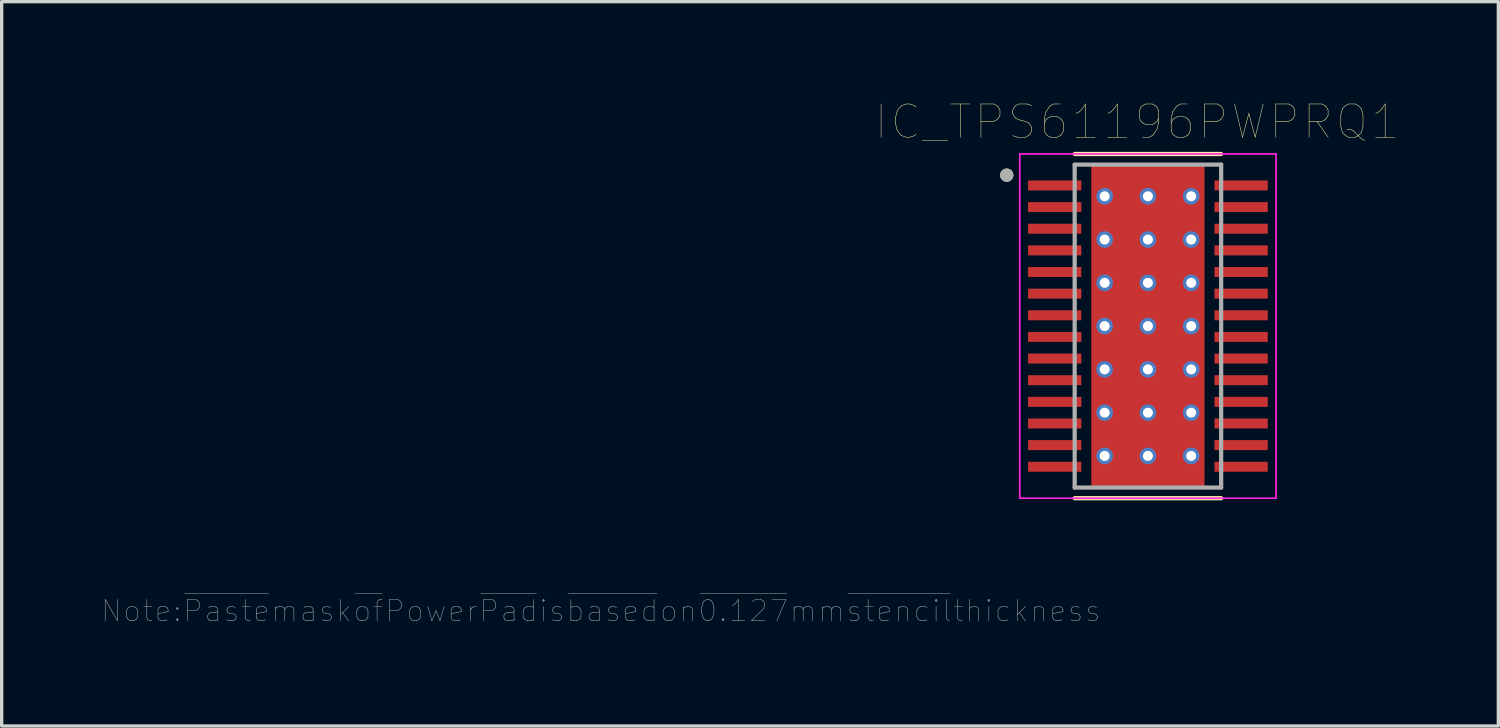
<source format=kicad_pcb>
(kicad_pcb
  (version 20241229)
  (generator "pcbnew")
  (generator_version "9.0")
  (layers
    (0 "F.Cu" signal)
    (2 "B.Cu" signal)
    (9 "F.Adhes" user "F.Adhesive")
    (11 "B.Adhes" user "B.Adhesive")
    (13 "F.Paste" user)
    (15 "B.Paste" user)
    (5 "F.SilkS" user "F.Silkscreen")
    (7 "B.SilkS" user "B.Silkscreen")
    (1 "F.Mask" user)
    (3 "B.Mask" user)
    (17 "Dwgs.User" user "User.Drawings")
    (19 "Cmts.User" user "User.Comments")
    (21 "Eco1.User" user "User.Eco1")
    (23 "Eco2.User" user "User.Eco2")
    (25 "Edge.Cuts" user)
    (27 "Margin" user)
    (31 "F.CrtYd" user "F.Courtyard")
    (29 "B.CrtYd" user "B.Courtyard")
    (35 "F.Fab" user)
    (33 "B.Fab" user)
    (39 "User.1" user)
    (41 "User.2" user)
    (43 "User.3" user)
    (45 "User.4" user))
  (footprint "IC_TPS61196PWPRQ1"
    (layer "F.Cu")
    (at 31.433 6.746)
    (property "Reference" "IC_TPS61196PWPRQ1" (at -0.325 -6.135 0) (layer "F.SilkS") (effects (font (size 1 1) (thickness 0.015))))
    (attr through_hole)
    (fp_poly (pts (xy -3.67 -4.445) (xy -1.93 -4.445) (xy -1.93 -4.005) (xy -3.67 -4.005)) (stroke (width 0.01) (type solid)) (fill yes) (layer "F.Mask"))
    (fp_poly (pts (xy -3.67 -3.795) (xy -1.93 -3.795) (xy -1.93 -3.355) (xy -3.67 -3.355)) (stroke (width 0.01) (type solid)) (fill yes) (layer "F.Mask"))
    (fp_poly (pts (xy -3.67 -3.145) (xy -1.93 -3.145) (xy -1.93 -2.705) (xy -3.67 -2.705)) (stroke (width 0.01) (type solid)) (fill yes) (layer "F.Mask"))
    (fp_poly (pts (xy -3.67 -2.495) (xy -1.93 -2.495) (xy -1.93 -2.055) (xy -3.67 -2.055)) (stroke (width 0.01) (type solid)) (fill yes) (layer "F.Mask"))
    (fp_poly (pts (xy -3.67 -1.845) (xy -1.93 -1.845) (xy -1.93 -1.405) (xy -3.67 -1.405)) (stroke (width 0.01) (type solid)) (fill yes) (layer "F.Mask"))
    (fp_poly (pts (xy -3.67 -1.195) (xy -1.93 -1.195) (xy -1.93 -0.755) (xy -3.67 -0.755)) (stroke (width 0.01) (type solid)) (fill yes) (layer "F.Mask"))
    (fp_poly (pts (xy -3.67 -0.545) (xy -1.93 -0.545) (xy -1.93 -0.105) (xy -3.67 -0.105)) (stroke (width 0.01) (type solid)) (fill yes) (layer "F.Mask"))
    (fp_poly (pts (xy -3.67 0.105) (xy -1.93 0.105) (xy -1.93 0.545) (xy -3.67 0.545)) (stroke (width 0.01) (type solid)) (fill yes) (layer "F.Mask"))
    (fp_poly (pts (xy -3.67 0.755) (xy -1.93 0.755) (xy -1.93 1.195) (xy -3.67 1.195)) (stroke (width 0.01) (type solid)) (fill yes) (layer "F.Mask"))
    (fp_poly (pts (xy -3.67 1.405) (xy -1.93 1.405) (xy -1.93 1.845) (xy -3.67 1.845)) (stroke (width 0.01) (type solid)) (fill yes) (layer "F.Mask"))
    (fp_poly (pts (xy -3.67 2.055) (xy -1.93 2.055) (xy -1.93 2.495) (xy -3.67 2.495)) (stroke (width 0.01) (type solid)) (fill yes) (layer "F.Mask"))
    (fp_poly (pts (xy -3.67 2.705) (xy -1.93 2.705) (xy -1.93 3.145) (xy -3.67 3.145)) (stroke (width 0.01) (type solid)) (fill yes) (layer "F.Mask"))
    (fp_poly (pts (xy -3.67 3.355) (xy -1.93 3.355) (xy -1.93 3.795) (xy -3.67 3.795)) (stroke (width 0.01) (type solid)) (fill yes) (layer "F.Mask"))
    (fp_poly (pts (xy -3.67 4.005) (xy -1.93 4.005) (xy -1.93 4.445) (xy -3.67 4.445)) (stroke (width 0.01) (type solid)) (fill yes) (layer "F.Mask"))
    (fp_poly (pts (xy -1.2 -3.23) (xy 1.2 -3.23) (xy 1.2 3.23) (xy -1.2 3.23)) (stroke (width 0.01) (type solid)) (fill yes) (layer "F.Mask"))
    (fp_poly (pts (xy 1.93 -4.445) (xy 3.67 -4.445) (xy 3.67 -4.005) (xy 1.93 -4.005)) (stroke (width 0.01) (type solid)) (fill yes) (layer "F.Mask"))
    (fp_poly (pts (xy 1.93 -3.795) (xy 3.67 -3.795) (xy 3.67 -3.355) (xy 1.93 -3.355)) (stroke (width 0.01) (type solid)) (fill yes) (layer "F.Mask"))
    (fp_poly (pts (xy 1.93 -3.145) (xy 3.67 -3.145) (xy 3.67 -2.705) (xy 1.93 -2.705)) (stroke (width 0.01) (type solid)) (fill yes) (layer "F.Mask"))
    (fp_poly (pts (xy 1.93 -2.495) (xy 3.67 -2.495) (xy 3.67 -2.055) (xy 1.93 -2.055)) (stroke (width 0.01) (type solid)) (fill yes) (layer "F.Mask"))
    (fp_poly (pts (xy 1.93 -1.845) (xy 3.67 -1.845) (xy 3.67 -1.405) (xy 1.93 -1.405)) (stroke (width 0.01) (type solid)) (fill yes) (layer "F.Mask"))
    (fp_poly (pts (xy 1.93 -1.195) (xy 3.67 -1.195) (xy 3.67 -0.755) (xy 1.93 -0.755)) (stroke (width 0.01) (type solid)) (fill yes) (layer "F.Mask"))
    (fp_poly (pts (xy 1.93 -0.545) (xy 3.67 -0.545) (xy 3.67 -0.105) (xy 1.93 -0.105)) (stroke (width 0.01) (type solid)) (fill yes) (layer "F.Mask"))
    (fp_poly (pts (xy 1.93 0.105) (xy 3.67 0.105) (xy 3.67 0.545) (xy 1.93 0.545)) (stroke (width 0.01) (type solid)) (fill yes) (layer "F.Mask"))
    (fp_poly (pts (xy 1.93 0.755) (xy 3.67 0.755) (xy 3.67 1.195) (xy 1.93 1.195)) (stroke (width 0.01) (type solid)) (fill yes) (layer "F.Mask"))
    (fp_poly (pts (xy 1.93 1.405) (xy 3.67 1.405) (xy 3.67 1.845) (xy 1.93 1.845)) (stroke (width 0.01) (type solid)) (fill yes) (layer "F.Mask"))
    (fp_poly (pts (xy 1.93 2.055) (xy 3.67 2.055) (xy 3.67 2.495) (xy 1.93 2.495)) (stroke (width 0.01) (type solid)) (fill yes) (layer "F.Mask"))
    (fp_poly (pts (xy 1.93 2.705) (xy 3.67 2.705) (xy 3.67 3.145) (xy 1.93 3.145)) (stroke (width 0.01) (type solid)) (fill yes) (layer "F.Mask"))
    (fp_poly (pts (xy 1.93 3.355) (xy 3.67 3.355) (xy 3.67 3.795) (xy 1.93 3.795)) (stroke (width 0.01) (type solid)) (fill yes) (layer "F.Mask"))
    (fp_poly (pts (xy 1.93 4.005) (xy 3.67 4.005) (xy 3.67 4.445) (xy 1.93 4.445)) (stroke (width 0.01) (type solid)) (fill yes) (layer "F.Mask"))
    (fp_line (start -2.2 -5.17) (end 2.2 -5.17) (stroke (width 0.127) (type solid)) (layer "F.SilkS"))
    (fp_line (start -2.2 5.17) (end 2.2 5.17) (stroke (width 0.127) (type solid)) (layer "F.SilkS"))
    (fp_circle (center -4.24 -4.535) (end -4.14 -4.535) (stroke (width 0.2) (type solid)) (fill no) (layer "F.SilkS"))
    (fp_poly (pts (xy -3.575 -4.35) (xy -2.025 -4.35) (xy -2.025 -4.1) (xy -3.575 -4.1)) (stroke (width 0.01) (type solid)) (fill yes) (layer "F.Paste"))
    (fp_poly (pts (xy -3.575 -3.7) (xy -2.025 -3.7) (xy -2.025 -3.45) (xy -3.575 -3.45)) (stroke (width 0.01) (type solid)) (fill yes) (layer "F.Paste"))
    (fp_poly (pts (xy -3.575 -3.05) (xy -2.025 -3.05) (xy -2.025 -2.8) (xy -3.575 -2.8)) (stroke (width 0.01) (type solid)) (fill yes) (layer "F.Paste"))
    (fp_poly (pts (xy -3.575 -2.4) (xy -2.025 -2.4) (xy -2.025 -2.15) (xy -3.575 -2.15)) (stroke (width 0.01) (type solid)) (fill yes) (layer "F.Paste"))
    (fp_poly (pts (xy -3.575 -1.75) (xy -2.025 -1.75) (xy -2.025 -1.5) (xy -3.575 -1.5)) (stroke (width 0.01) (type solid)) (fill yes) (layer "F.Paste"))
    (fp_poly (pts (xy -3.575 -1.1) (xy -2.025 -1.1) (xy -2.025 -0.85) (xy -3.575 -0.85)) (stroke (width 0.01) (type solid)) (fill yes) (layer "F.Paste"))
    (fp_poly (pts (xy -3.575 -0.45) (xy -2.025 -0.45) (xy -2.025 -0.2) (xy -3.575 -0.2)) (stroke (width 0.01) (type solid)) (fill yes) (layer "F.Paste"))
    (fp_poly (pts (xy -3.575 0.2) (xy -2.025 0.2) (xy -2.025 0.45) (xy -3.575 0.45)) (stroke (width 0.01) (type solid)) (fill yes) (layer "F.Paste"))
    (fp_poly (pts (xy -3.575 0.85) (xy -2.025 0.85) (xy -2.025 1.1) (xy -3.575 1.1)) (stroke (width 0.01) (type solid)) (fill yes) (layer "F.Paste"))
    (fp_poly (pts (xy -3.575 1.5) (xy -2.025 1.5) (xy -2.025 1.75) (xy -3.575 1.75)) (stroke (width 0.01) (type solid)) (fill yes) (layer "F.Paste"))
    (fp_poly (pts (xy -3.575 2.15) (xy -2.025 2.15) (xy -2.025 2.4) (xy -3.575 2.4)) (stroke (width 0.01) (type solid)) (fill yes) (layer "F.Paste"))
    (fp_poly (pts (xy -3.575 2.8) (xy -2.025 2.8) (xy -2.025 3.05) (xy -3.575 3.05)) (stroke (width 0.01) (type solid)) (fill yes) (layer "F.Paste"))
    (fp_poly (pts (xy -3.575 3.45) (xy -2.025 3.45) (xy -2.025 3.7) (xy -3.575 3.7)) (stroke (width 0.01) (type solid)) (fill yes) (layer "F.Paste"))
    (fp_poly (pts (xy -3.575 4.1) (xy -2.025 4.1) (xy -2.025 4.35) (xy -3.575 4.35)) (stroke (width 0.01) (type solid)) (fill yes) (layer "F.Paste"))
    (fp_poly (pts (xy -1.2 -3.23) (xy 1.2 -3.23) (xy 1.2 3.23) (xy -1.2 3.23)) (stroke (width 0.01) (type solid)) (fill yes) (layer "F.Paste"))
    (fp_poly (pts (xy 2.025 -4.35) (xy 3.575 -4.35) (xy 3.575 -4.1) (xy 2.025 -4.1)) (stroke (width 0.01) (type solid)) (fill yes) (layer "F.Paste"))
    (fp_poly (pts (xy 2.025 -3.7) (xy 3.575 -3.7) (xy 3.575 -3.45) (xy 2.025 -3.45)) (stroke (width 0.01) (type solid)) (fill yes) (layer "F.Paste"))
    (fp_poly (pts (xy 2.025 -3.05) (xy 3.575 -3.05) (xy 3.575 -2.8) (xy 2.025 -2.8)) (stroke (width 0.01) (type solid)) (fill yes) (layer "F.Paste"))
    (fp_poly (pts (xy 2.025 -2.4) (xy 3.575 -2.4) (xy 3.575 -2.15) (xy 2.025 -2.15)) (stroke (width 0.01) (type solid)) (fill yes) (layer "F.Paste"))
    (fp_poly (pts (xy 2.025 -1.75) (xy 3.575 -1.75) (xy 3.575 -1.5) (xy 2.025 -1.5)) (stroke (width 0.01) (type solid)) (fill yes) (layer "F.Paste"))
    (fp_poly (pts (xy 2.025 -1.1) (xy 3.575 -1.1) (xy 3.575 -0.85) (xy 2.025 -0.85)) (stroke (width 0.01) (type solid)) (fill yes) (layer "F.Paste"))
    (fp_poly (pts (xy 2.025 -0.45) (xy 3.575 -0.45) (xy 3.575 -0.2) (xy 2.025 -0.2)) (stroke (width 0.01) (type solid)) (fill yes) (layer "F.Paste"))
    (fp_poly (pts (xy 2.025 0.2) (xy 3.575 0.2) (xy 3.575 0.45) (xy 2.025 0.45)) (stroke (width 0.01) (type solid)) (fill yes) (layer "F.Paste"))
    (fp_poly (pts (xy 2.025 0.85) (xy 3.575 0.85) (xy 3.575 1.1) (xy 2.025 1.1)) (stroke (width 0.01) (type solid)) (fill yes) (layer "F.Paste"))
    (fp_poly (pts (xy 2.025 1.5) (xy 3.575 1.5) (xy 3.575 1.75) (xy 2.025 1.75)) (stroke (width 0.01) (type solid)) (fill yes) (layer "F.Paste"))
    (fp_poly (pts (xy 2.025 2.15) (xy 3.575 2.15) (xy 3.575 2.4) (xy 2.025 2.4)) (stroke (width 0.01) (type solid)) (fill yes) (layer "F.Paste"))
    (fp_poly (pts (xy 2.025 2.8) (xy 3.575 2.8) (xy 3.575 3.05) (xy 2.025 3.05)) (stroke (width 0.01) (type solid)) (fill yes) (layer "F.Paste"))
    (fp_poly (pts (xy 2.025 3.45) (xy 3.575 3.45) (xy 3.575 3.7) (xy 2.025 3.7)) (stroke (width 0.01) (type solid)) (fill yes) (layer "F.Paste"))
    (fp_poly (pts (xy 2.025 4.1) (xy 3.575 4.1) (xy 3.575 4.35) (xy 2.025 4.35)) (stroke (width 0.01) (type solid)) (fill yes) (layer "F.Paste"))
    (fp_line (start -3.85 -5.17) (end -3.85 5.17) (stroke (width 0.05) (type solid)) (layer "F.CrtYd"))
    (fp_line (start -3.85 -5.17) (end 3.85 -5.17) (stroke (width 0.05) (type solid)) (layer "F.CrtYd"))
    (fp_line (start -3.85 5.17) (end 3.85 5.17) (stroke (width 0.05) (type solid)) (layer "F.CrtYd"))
    (fp_line (start 3.85 -5.17) (end 3.85 5.17) (stroke (width 0.05) (type solid)) (layer "F.CrtYd"))
    (fp_line (start -2.2 -4.85) (end -2.2 4.85) (stroke (width 0.127) (type solid)) (layer "F.Fab"))
    (fp_line (start -2.2 -4.85) (end 2.2 -4.85) (stroke (width 0.127) (type solid)) (layer "F.Fab"))
    (fp_line (start -2.2 4.85) (end 2.2 4.85) (stroke (width 0.127) (type solid)) (layer "F.Fab"))
    (fp_line (start 2.2 -4.85) (end 2.2 4.85) (stroke (width 0.127) (type solid)) (layer "F.Fab"))
    (fp_circle (center -4.24 -4.535) (end -4.14 -4.535) (stroke (width 0.2) (type solid)) (fill no) (layer "F.Fab"))
    (fp_text user "Note:~{Paste}mask~{of}Power~{Pad}is~{based}on~{0.127}mm~{stencil}thickness" (at -16.435 8.555 0) (layer "F.Fab") (effects (font (size 0.64 0.64) (thickness 0.015))))
    (pad "1" smd rect (at -2.8 -4.225) (size 1.6 0.3) (layers "F.Cu"))
    (pad "2" smd rect (at -2.8 -3.575) (size 1.6 0.3) (layers "F.Cu"))
    (pad "3" smd rect (at -2.8 -2.925) (size 1.6 0.3) (layers "F.Cu"))
    (pad "4" smd rect (at -2.8 -2.275) (size 1.6 0.3) (layers "F.Cu"))
    (pad "5" smd rect (at -2.8 -1.625) (size 1.6 0.3) (layers "F.Cu"))
    (pad "6" smd rect (at -2.8 -0.975) (size 1.6 0.3) (layers "F.Cu"))
    (pad "7" smd rect (at -2.8 -0.325) (size 1.6 0.3) (layers "F.Cu"))
    (pad "8" smd rect (at -2.8 0.325) (size 1.6 0.3) (layers "F.Cu"))
    (pad "9" smd rect (at -2.8 0.975) (size 1.6 0.3) (layers "F.Cu"))
    (pad "10" smd rect (at -2.8 1.625) (size 1.6 0.3) (layers "F.Cu"))
    (pad "11" smd rect (at -2.8 2.275) (size 1.6 0.3) (layers "F.Cu"))
    (pad "12" smd rect (at -2.8 2.925) (size 1.6 0.3) (layers "F.Cu"))
    (pad "13" smd rect (at -2.8 3.575) (size 1.6 0.3) (layers "F.Cu"))
    (pad "14" smd rect (at -2.8 4.225) (size 1.6 0.3) (layers "F.Cu"))
    (pad "15" smd rect (at 2.8 4.225) (size 1.6 0.3) (layers "F.Cu"))
    (pad "16" smd rect (at 2.8 3.575) (size 1.6 0.3) (layers "F.Cu"))
    (pad "17" smd rect (at 2.8 2.925) (size 1.6 0.3) (layers "F.Cu"))
    (pad "18" smd rect (at 2.8 2.275) (size 1.6 0.3) (layers "F.Cu"))
    (pad "19" smd rect (at 2.8 1.625) (size 1.6 0.3) (layers "F.Cu"))
    (pad "20" smd rect (at 2.8 0.975) (size 1.6 0.3) (layers "F.Cu"))
    (pad "21" smd rect (at 2.8 0.325) (size 1.6 0.3) (layers "F.Cu"))
    (pad "22" smd rect (at 2.8 -0.325) (size 1.6 0.3) (layers "F.Cu"))
    (pad "23" smd rect (at 2.8 -0.975) (size 1.6 0.3) (layers "F.Cu"))
    (pad "24" smd rect (at 2.8 -1.625) (size 1.6 0.3) (layers "F.Cu"))
    (pad "25" smd rect (at 2.8 -2.275) (size 1.6 0.3) (layers "F.Cu"))
    (pad "26" smd rect (at 2.8 -2.925) (size 1.6 0.3) (layers "F.Cu"))
    (pad "27" smd rect (at 2.8 -3.575) (size 1.6 0.3) (layers "F.Cu"))
    (pad "28" smd rect (at 2.8 -4.225) (size 1.6 0.3) (layers "F.Cu"))
    (pad "29" smd rect (at 0 0) (size 3.4 9.7) (layers "F.Cu"))
    (pad "30" thru_hole circle (at 0 0) (size 0.5 0.5) (drill 0.3) (layers "*.Cu"))
    (pad "31" thru_hole circle (at 0 -1.3) (size 0.5 0.5) (drill 0.3) (layers "*.Cu"))
    (pad "32" thru_hole circle (at 0 -2.6) (size 0.5 0.5) (drill 0.3) (layers "*.Cu"))
    (pad "33" thru_hole circle (at 0 -3.9) (size 0.5 0.5) (drill 0.3) (layers "*.Cu"))
    (pad "34" thru_hole circle (at 0 1.3) (size 0.5 0.5) (drill 0.3) (layers "*.Cu"))
    (pad "35" thru_hole circle (at 0 2.6) (size 0.5 0.5) (drill 0.3) (layers "*.Cu"))
    (pad "36" thru_hole circle (at 0 3.9) (size 0.5 0.5) (drill 0.3) (layers "*.Cu"))
    (pad "37" thru_hole circle (at -1.3 -3.9) (size 0.5 0.5) (drill 0.3) (layers "*.Cu"))
    (pad "38" thru_hole circle (at 1.3 -3.9) (size 0.5 0.5) (drill 0.3) (layers "*.Cu"))
    (pad "39" thru_hole circle (at -1.3 -2.6) (size 0.5 0.5) (drill 0.3) (layers "*.Cu"))
    (pad "40" thru_hole circle (at 1.3 -2.6) (size 0.5 0.5) (drill 0.3) (layers "*.Cu"))
    (pad "41" thru_hole circle (at 1.3 -1.3) (size 0.5 0.5) (drill 0.3) (layers "*.Cu"))
    (pad "42" thru_hole circle (at -1.3 -1.3) (size 0.5 0.5) (drill 0.3) (layers "*.Cu"))
    (pad "43" thru_hole circle (at -1.3 0) (size 0.5 0.5) (drill 0.3) (layers "*.Cu"))
    (pad "44" thru_hole circle (at 1.3 0) (size 0.5 0.5) (drill 0.3) (layers "*.Cu"))
    (pad "45" thru_hole circle (at -1.3 1.3) (size 0.5 0.5) (drill 0.3) (layers "*.Cu"))
    (pad "46" thru_hole circle (at 1.3 1.3) (size 0.5 0.5) (drill 0.3) (layers "*.Cu"))
    (pad "47" thru_hole circle (at -1.3 2.6) (size 0.5 0.5) (drill 0.3) (layers "*.Cu"))
    (pad "48" thru_hole circle (at 1.3 2.6) (size 0.5 0.5) (drill 0.3) (layers "*.Cu"))
    (pad "49" thru_hole circle (at -1.3 3.9) (size 0.5 0.5) (drill 0.3) (layers "*.Cu"))
    (pad "50" thru_hole circle (at 1.3 3.9) (size 0.5 0.5) (drill 0.3) (layers "*.Cu")))
  (gr_rect
    (start -3 -3)
    (end 41.96 18.759)
    (stroke (width 0.1) (type default))
    (fill no)
    (layer "Edge.Cuts")))
</source>
